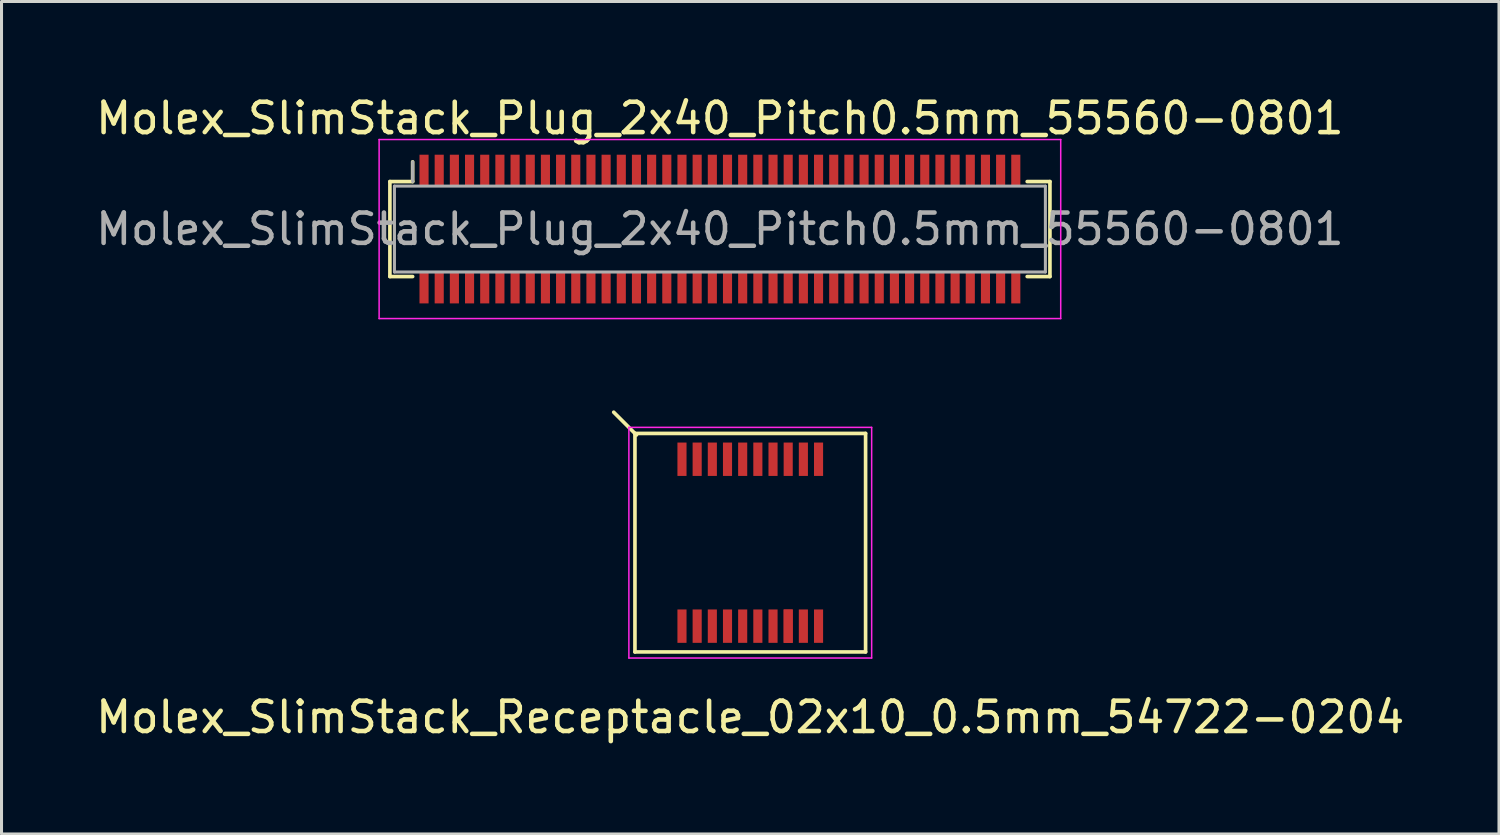
<source format=kicad_pcb>
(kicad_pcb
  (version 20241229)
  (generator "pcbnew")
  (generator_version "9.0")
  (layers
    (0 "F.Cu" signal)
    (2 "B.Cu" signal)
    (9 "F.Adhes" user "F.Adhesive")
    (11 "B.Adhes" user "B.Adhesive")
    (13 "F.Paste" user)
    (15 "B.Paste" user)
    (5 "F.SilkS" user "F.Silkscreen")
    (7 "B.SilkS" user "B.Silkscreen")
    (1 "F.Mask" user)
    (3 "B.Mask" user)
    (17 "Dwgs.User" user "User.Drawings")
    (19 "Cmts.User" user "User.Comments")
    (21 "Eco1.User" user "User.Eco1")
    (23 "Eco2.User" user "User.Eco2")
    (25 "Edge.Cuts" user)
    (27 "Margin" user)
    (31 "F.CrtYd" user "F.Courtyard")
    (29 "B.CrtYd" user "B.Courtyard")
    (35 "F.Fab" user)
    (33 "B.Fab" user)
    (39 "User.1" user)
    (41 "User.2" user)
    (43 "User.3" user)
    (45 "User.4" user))
  (footprint "Molex_SlimStack_Receptacle_02x10_0.5mm_54722-0204"
    (layer "F.Cu")
    (at 21.673 14.833)
    (property "Reference" "Molex_SlimStack_Receptacle_02x10_0.5mm_54722-0204" (at 0 5.75 0) (layer "F.SilkS") (effects (font (size 1 1) (thickness 0.15))))
    (attr smd)
    (fp_line (start -3.8 -3.6) (end -3.8 3.6) (stroke (width 0.12) (type solid)) (layer "F.SilkS"))
    (fp_line (start -3.8 3.6) (end 3.8 3.6) (stroke (width 0.12) (type solid)) (layer "F.SilkS"))
    (fp_line (start -3.75 -3.55) (end -4.5 -4.3) (stroke (width 0.12) (type solid)) (layer "F.SilkS"))
    (fp_line (start 3.8 -3.6) (end -3.8 -3.6) (stroke (width 0.12) (type solid)) (layer "F.SilkS"))
    (fp_line (start 3.8 3.6) (end 3.8 -3.6) (stroke (width 0.12) (type solid)) (layer "F.SilkS"))
    (fp_line (start -4 -3.8) (end -4 3.8) (stroke (width 0.05) (type solid)) (layer "F.CrtYd"))
    (fp_line (start -4 3.8) (end 4 3.8) (stroke (width 0.05) (type solid)) (layer "F.CrtYd"))
    (fp_line (start 4 -3.8) (end -4 -3.8) (stroke (width 0.05) (type solid)) (layer "F.CrtYd"))
    (fp_line (start 4 3.8) (end 4 -3.8) (stroke (width 0.05) (type solid)) (layer "F.CrtYd"))
    (pad "1" smd rect (at -2.25 -2.75) (size 0.3 1.1) (layers "F.Cu" "F.Mask" "F.Paste"))
    (pad "2" smd rect (at -2.25 2.75) (size 0.3 1.1) (layers "F.Cu" "F.Mask" "F.Paste"))
    (pad "3" smd rect (at -1.75 -2.75) (size 0.3 1.1) (layers "F.Cu" "F.Mask" "F.Paste"))
    (pad "4" smd rect (at -1.75 2.75) (size 0.3 1.1) (layers "F.Cu" "F.Mask" "F.Paste"))
    (pad "5" smd rect (at -1.25 -2.75) (size 0.3 1.1) (layers "F.Cu" "F.Mask" "F.Paste"))
    (pad "6" smd rect (at -1.25 2.75) (size 0.3 1.1) (layers "F.Cu" "F.Mask" "F.Paste"))
    (pad "7" smd rect (at -0.75 -2.75) (size 0.3 1.1) (layers "F.Cu" "F.Mask" "F.Paste"))
    (pad "8" smd rect (at -0.75 2.75) (size 0.3 1.1) (layers "F.Cu" "F.Mask" "F.Paste"))
    (pad "9" smd rect (at -0.25 -2.75) (size 0.3 1.1) (layers "F.Cu" "F.Mask" "F.Paste"))
    (pad "10" smd rect (at -0.25 2.75) (size 0.3 1.1) (layers "F.Cu" "F.Mask" "F.Paste"))
    (pad "11" smd rect (at 0.25 -2.75) (size 0.3 1.1) (layers "F.Cu" "F.Mask" "F.Paste"))
    (pad "12" smd rect (at 0.25 2.75) (size 0.3 1.1) (layers "F.Cu" "F.Mask" "F.Paste"))
    (pad "13" smd rect (at 0.75 -2.75) (size 0.3 1.1) (layers "F.Cu" "F.Mask" "F.Paste"))
    (pad "14" smd rect (at 0.75 2.75) (size 0.3 1.1) (layers "F.Cu" "F.Mask" "F.Paste"))
    (pad "15" smd rect (at 1.25 -2.75) (size 0.3 1.1) (layers "F.Cu" "F.Mask" "F.Paste"))
    (pad "16" smd rect (at 1.25 2.75) (size 0.3 1.1) (layers "F.Cu" "F.Mask" "F.Paste"))
    (pad "16" smd rect (at 1.25 2.75) (size 0.3 1.1) (layers "F.Cu" "F.Mask" "F.Paste"))
    (pad "17" smd rect (at 1.75 -2.75) (size 0.3 1.1) (layers "F.Cu" "F.Mask" "F.Paste"))
    (pad "18" smd rect (at 1.75 2.75) (size 0.3 1.1) (layers "F.Cu" "F.Mask" "F.Paste"))
    (pad "19" smd rect (at 2.25 -2.75) (size 0.3 1.1) (layers "F.Cu" "F.Mask" "F.Paste"))
    (pad "20" smd rect (at 2.25 2.75) (size 0.3 1.1) (layers "F.Cu" "F.Mask" "F.Paste")))
  (footprint "Molex_SlimStack_Plug_2x40_Pitch0.5mm_55560-0801"
    (layer "F.Cu")
    (at 20.673 4.498)
    (property "Reference" "Molex_SlimStack_Plug_2x40_Pitch0.5mm_55560-0801" (at 0 -3.65 0) (layer "F.SilkS") (effects (font (size 1 1) (thickness 0.15))))
    (attr smd)
    (fp_line (start -10.875 -1.565) (end -10.125 -1.565) (stroke (width 0.12) (type solid)) (layer "F.SilkS"))
    (fp_line (start -10.875 1.565) (end -10.875 -1.565) (stroke (width 0.12) (type solid)) (layer "F.SilkS"))
    (fp_line (start -10.125 -1.565) (end -10.125 -2.215) (stroke (width 0.12) (type solid)) (layer "F.SilkS"))
    (fp_line (start -10.125 1.565) (end -10.875 1.565) (stroke (width 0.12) (type solid)) (layer "F.SilkS"))
    (fp_line (start 10.125 1.565) (end 10.875 1.565) (stroke (width 0.12) (type solid)) (layer "F.SilkS"))
    (fp_line (start 10.875 -1.565) (end 10.125 -1.565) (stroke (width 0.12) (type solid)) (layer "F.SilkS"))
    (fp_line (start 10.875 1.565) (end 10.875 -1.565) (stroke (width 0.12) (type solid)) (layer "F.SilkS"))
    (fp_line (start -11.23 -2.95) (end -11.23 2.95) (stroke (width 0.05) (type solid)) (layer "F.CrtYd"))
    (fp_line (start -11.23 2.95) (end 11.23 2.95) (stroke (width 0.05) (type solid)) (layer "F.CrtYd"))
    (fp_line (start 11.23 -2.95) (end -11.23 -2.95) (stroke (width 0.05) (type solid)) (layer "F.CrtYd"))
    (fp_line (start 11.23 2.95) (end 11.23 -2.95) (stroke (width 0.05) (type solid)) (layer "F.CrtYd"))
    (fp_line (start -10.725 -1.415) (end -10.725 1.415) (stroke (width 0.1) (type solid)) (layer "F.Fab"))
    (fp_line (start -10.725 1.415) (end 10.725 1.415) (stroke (width 0.1) (type solid)) (layer "F.Fab"))
    (fp_line (start -10.125 -1.565) (end -10.125 -2.215) (stroke (width 0.1) (type solid)) (layer "F.Fab"))
    (fp_line (start 10.725 -1.415) (end -10.725 -1.415) (stroke (width 0.1) (type solid)) (layer "F.Fab"))
    (fp_line (start 10.725 1.415) (end 10.725 -1.415) (stroke (width 0.1) (type solid)) (layer "F.Fab"))
    (fp_text user "${REFERENCE}" (at 0 0 0) (layer "F.Fab") (effects (font (size 1 1) (thickness 0.15))))
    (pad "1" smd rect (at -9.75 -1.95) (size 0.3 1) (layers "F.Cu" "F.Mask" "F.Paste"))
    (pad "2" smd rect (at -9.75 1.95) (size 0.3 1) (layers "F.Cu" "F.Mask" "F.Paste"))
    (pad "3" smd rect (at -9.25 -1.95) (size 0.3 1) (layers "F.Cu" "F.Mask" "F.Paste"))
    (pad "4" smd rect (at -9.25 1.95) (size 0.3 1) (layers "F.Cu" "F.Mask" "F.Paste"))
    (pad "5" smd rect (at -8.75 -1.95) (size 0.3 1) (layers "F.Cu" "F.Mask" "F.Paste"))
    (pad "6" smd rect (at -8.75 1.95) (size 0.3 1) (layers "F.Cu" "F.Mask" "F.Paste"))
    (pad "7" smd rect (at -8.25 -1.95) (size 0.3 1) (layers "F.Cu" "F.Mask" "F.Paste"))
    (pad "8" smd rect (at -8.25 1.95) (size 0.3 1) (layers "F.Cu" "F.Mask" "F.Paste"))
    (pad "9" smd rect (at -7.75 -1.95) (size 0.3 1) (layers "F.Cu" "F.Mask" "F.Paste"))
    (pad "10" smd rect (at -7.75 1.95) (size 0.3 1) (layers "F.Cu" "F.Mask" "F.Paste"))
    (pad "11" smd rect (at -7.25 -1.95) (size 0.3 1) (layers "F.Cu" "F.Mask" "F.Paste"))
    (pad "12" smd rect (at -7.25 1.95) (size 0.3 1) (layers "F.Cu" "F.Mask" "F.Paste"))
    (pad "13" smd rect (at -6.75 -1.95) (size 0.3 1) (layers "F.Cu" "F.Mask" "F.Paste"))
    (pad "14" smd rect (at -6.75 1.95) (size 0.3 1) (layers "F.Cu" "F.Mask" "F.Paste"))
    (pad "15" smd rect (at -6.25 -1.95) (size 0.3 1) (layers "F.Cu" "F.Mask" "F.Paste"))
    (pad "16" smd rect (at -6.25 1.95) (size 0.3 1) (layers "F.Cu" "F.Mask" "F.Paste"))
    (pad "17" smd rect (at -5.75 -1.95) (size 0.3 1) (layers "F.Cu" "F.Mask" "F.Paste"))
    (pad "18" smd rect (at -5.75 1.95) (size 0.3 1) (layers "F.Cu" "F.Mask" "F.Paste"))
    (pad "19" smd rect (at -5.25 -1.95) (size 0.3 1) (layers "F.Cu" "F.Mask" "F.Paste"))
    (pad "20" smd rect (at -5.25 1.95) (size 0.3 1) (layers "F.Cu" "F.Mask" "F.Paste"))
    (pad "21" smd rect (at -4.75 -1.95) (size 0.3 1) (layers "F.Cu" "F.Mask" "F.Paste"))
    (pad "22" smd rect (at -4.75 1.95) (size 0.3 1) (layers "F.Cu" "F.Mask" "F.Paste"))
    (pad "23" smd rect (at -4.25 -1.95) (size 0.3 1) (layers "F.Cu" "F.Mask" "F.Paste"))
    (pad "24" smd rect (at -4.25 1.95) (size 0.3 1) (layers "F.Cu" "F.Mask" "F.Paste"))
    (pad "25" smd rect (at -3.75 -1.95) (size 0.3 1) (layers "F.Cu" "F.Mask" "F.Paste"))
    (pad "26" smd rect (at -3.75 1.95) (size 0.3 1) (layers "F.Cu" "F.Mask" "F.Paste"))
    (pad "27" smd rect (at -3.25 -1.95) (size 0.3 1) (layers "F.Cu" "F.Mask" "F.Paste"))
    (pad "28" smd rect (at -3.25 1.95) (size 0.3 1) (layers "F.Cu" "F.Mask" "F.Paste"))
    (pad "29" smd rect (at -2.75 -1.95) (size 0.3 1) (layers "F.Cu" "F.Mask" "F.Paste"))
    (pad "30" smd rect (at -2.75 1.95) (size 0.3 1) (layers "F.Cu" "F.Mask" "F.Paste"))
    (pad "31" smd rect (at -2.25 -1.95) (size 0.3 1) (layers "F.Cu" "F.Mask" "F.Paste"))
    (pad "32" smd rect (at -2.25 1.95) (size 0.3 1) (layers "F.Cu" "F.Mask" "F.Paste"))
    (pad "33" smd rect (at -1.75 -1.95) (size 0.3 1) (layers "F.Cu" "F.Mask" "F.Paste"))
    (pad "34" smd rect (at -1.75 1.95) (size 0.3 1) (layers "F.Cu" "F.Mask" "F.Paste"))
    (pad "35" smd rect (at -1.25 -1.95) (size 0.3 1) (layers "F.Cu" "F.Mask" "F.Paste"))
    (pad "36" smd rect (at -1.25 1.95) (size 0.3 1) (layers "F.Cu" "F.Mask" "F.Paste"))
    (pad "37" smd rect (at -0.75 -1.95) (size 0.3 1) (layers "F.Cu" "F.Mask" "F.Paste"))
    (pad "38" smd rect (at -0.75 1.95) (size 0.3 1) (layers "F.Cu" "F.Mask" "F.Paste"))
    (pad "39" smd rect (at -0.25 -1.95) (size 0.3 1) (layers "F.Cu" "F.Mask" "F.Paste"))
    (pad "40" smd rect (at -0.25 1.95) (size 0.3 1) (layers "F.Cu" "F.Mask" "F.Paste"))
    (pad "41" smd rect (at 0.25 -1.95) (size 0.3 1) (layers "F.Cu" "F.Mask" "F.Paste"))
    (pad "42" smd rect (at 0.25 1.95) (size 0.3 1) (layers "F.Cu" "F.Mask" "F.Paste"))
    (pad "43" smd rect (at 0.75 -1.95) (size 0.3 1) (layers "F.Cu" "F.Mask" "F.Paste"))
    (pad "44" smd rect (at 0.75 1.95) (size 0.3 1) (layers "F.Cu" "F.Mask" "F.Paste"))
    (pad "45" smd rect (at 1.25 -1.95) (size 0.3 1) (layers "F.Cu" "F.Mask" "F.Paste"))
    (pad "46" smd rect (at 1.25 1.95) (size 0.3 1) (layers "F.Cu" "F.Mask" "F.Paste"))
    (pad "47" smd rect (at 1.75 -1.95) (size 0.3 1) (layers "F.Cu" "F.Mask" "F.Paste"))
    (pad "48" smd rect (at 1.75 1.95) (size 0.3 1) (layers "F.Cu" "F.Mask" "F.Paste"))
    (pad "49" smd rect (at 2.25 -1.95) (size 0.3 1) (layers "F.Cu" "F.Mask" "F.Paste"))
    (pad "50" smd rect (at 2.25 1.95) (size 0.3 1) (layers "F.Cu" "F.Mask" "F.Paste"))
    (pad "51" smd rect (at 2.75 -1.95) (size 0.3 1) (layers "F.Cu" "F.Mask" "F.Paste"))
    (pad "52" smd rect (at 2.75 1.95) (size 0.3 1) (layers "F.Cu" "F.Mask" "F.Paste"))
    (pad "53" smd rect (at 3.25 -1.95) (size 0.3 1) (layers "F.Cu" "F.Mask" "F.Paste"))
    (pad "54" smd rect (at 3.25 1.95) (size 0.3 1) (layers "F.Cu" "F.Mask" "F.Paste"))
    (pad "55" smd rect (at 3.75 -1.95) (size 0.3 1) (layers "F.Cu" "F.Mask" "F.Paste"))
    (pad "56" smd rect (at 3.75 1.95) (size 0.3 1) (layers "F.Cu" "F.Mask" "F.Paste"))
    (pad "57" smd rect (at 4.25 -1.95) (size 0.3 1) (layers "F.Cu" "F.Mask" "F.Paste"))
    (pad "58" smd rect (at 4.25 1.95) (size 0.3 1) (layers "F.Cu" "F.Mask" "F.Paste"))
    (pad "59" smd rect (at 4.75 -1.95) (size 0.3 1) (layers "F.Cu" "F.Mask" "F.Paste"))
    (pad "60" smd rect (at 4.75 1.95) (size 0.3 1) (layers "F.Cu" "F.Mask" "F.Paste"))
    (pad "61" smd rect (at 5.25 -1.95) (size 0.3 1) (layers "F.Cu" "F.Mask" "F.Paste"))
    (pad "62" smd rect (at 5.25 1.95) (size 0.3 1) (layers "F.Cu" "F.Mask" "F.Paste"))
    (pad "63" smd rect (at 5.75 -1.95) (size 0.3 1) (layers "F.Cu" "F.Mask" "F.Paste"))
    (pad "64" smd rect (at 5.75 1.95) (size 0.3 1) (layers "F.Cu" "F.Mask" "F.Paste"))
    (pad "65" smd rect (at 6.25 -1.95) (size 0.3 1) (layers "F.Cu" "F.Mask" "F.Paste"))
    (pad "66" smd rect (at 6.25 1.95) (size 0.3 1) (layers "F.Cu" "F.Mask" "F.Paste"))
    (pad "67" smd rect (at 6.75 -1.95) (size 0.3 1) (layers "F.Cu" "F.Mask" "F.Paste"))
    (pad "68" smd rect (at 6.75 1.95) (size 0.3 1) (layers "F.Cu" "F.Mask" "F.Paste"))
    (pad "69" smd rect (at 7.25 -1.95) (size 0.3 1) (layers "F.Cu" "F.Mask" "F.Paste"))
    (pad "70" smd rect (at 7.25 1.95) (size 0.3 1) (layers "F.Cu" "F.Mask" "F.Paste"))
    (pad "71" smd rect (at 7.75 -1.95) (size 0.3 1) (layers "F.Cu" "F.Mask" "F.Paste"))
    (pad "72" smd rect (at 7.75 1.95) (size 0.3 1) (layers "F.Cu" "F.Mask" "F.Paste"))
    (pad "73" smd rect (at 8.25 -1.95) (size 0.3 1) (layers "F.Cu" "F.Mask" "F.Paste"))
    (pad "74" smd rect (at 8.25 1.95) (size 0.3 1) (layers "F.Cu" "F.Mask" "F.Paste"))
    (pad "75" smd rect (at 8.75 -1.95) (size 0.3 1) (layers "F.Cu" "F.Mask" "F.Paste"))
    (pad "76" smd rect (at 8.75 1.95) (size 0.3 1) (layers "F.Cu" "F.Mask" "F.Paste"))
    (pad "77" smd rect (at 9.25 -1.95) (size 0.3 1) (layers "F.Cu" "F.Mask" "F.Paste"))
    (pad "78" smd rect (at 9.25 1.95) (size 0.3 1) (layers "F.Cu" "F.Mask" "F.Paste"))
    (pad "79" smd rect (at 9.75 -1.95) (size 0.3 1) (layers "F.Cu" "F.Mask" "F.Paste"))
    (pad "80" smd rect (at 9.75 1.95) (size 0.3 1) (layers "F.Cu" "F.Mask" "F.Paste")))
  (gr_rect
    (start -3 -3)
    (end 46.345 24.431)
    (stroke (width 0.1) (type default))
    (fill no)
    (layer "Edge.Cuts")))
</source>
